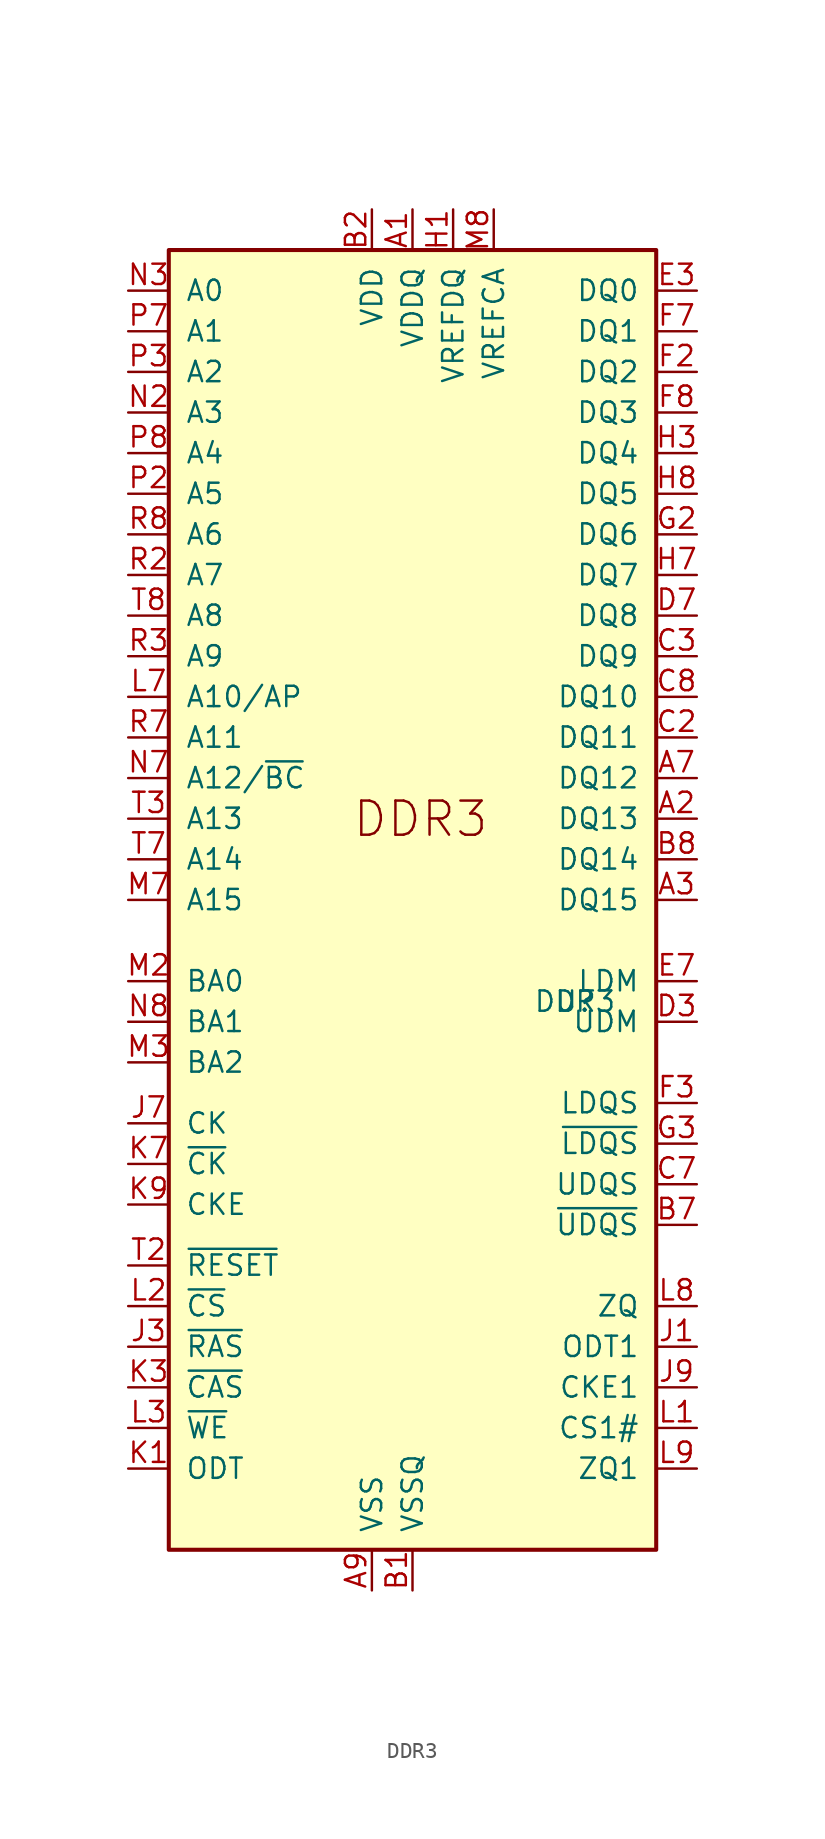
<source format=kicad_sym>
(kicad_symbol_lib
  (version 20201005)
  (generator kicad_symbol_editor)
  (symbol "DDR3"
    (pin_names
      (offset 1.016))
    (property "Reference" "U"
      (at 10.16 -11.43 0)
      (effects (font (size 1.27 1.27))))
    (property "Value" "DDR3"
      (at 10.16 -11.43 0)
      (effects (font (size 1.27 1.27))))
    (symbol "DDR3_1_1"
      (text "DDR3" (at -3.81 -1.27 0) (effects (font (size 2.134 2.134)) (justify left bottom)))
      (rectangle (start -15.24 -45.72) (end 15.24 35.56) (stroke (width 0.254)) (fill (type background)))
      (pin power_in line (at 0 38.1 270) (length 2.54) (name "VDDQ" (effects (font (size 1.27 1.27)))) (number "A1" (effects (font (size 1.27 1.27)))))
      (pin bidirectional line (at 17.78 0 180) (length 2.54) (name "DQ13" (effects (font (size 1.27 1.27)))) (number "A2" (effects (font (size 1.27 1.27)))))
      (pin bidirectional line (at 17.78 -5.08 180) (length 2.54) (name "DQ15" (effects (font (size 1.27 1.27)))) (number "A3" (effects (font (size 1.27 1.27)))))
      (pin bidirectional line (at 17.78 2.54 180) (length 2.54) (name "DQ12" (effects (font (size 1.27 1.27)))) (number "A7" (effects (font (size 1.27 1.27)))))
      (pin passive line (at 0 38.1 270) (length 2.54) hide (name "VDDQ" (effects (font (size 1.27 1.27)))) (number "A8" (effects (font (size 1.27 1.27)))))
      (pin power_in line (at -2.54 -48.26 90) (length 2.54) (name "VSS" (effects (font (size 1.27 1.27)))) (number "A9" (effects (font (size 1.27 1.27)))))
      (pin power_in line (at 0 -48.26 90) (length 2.54) (name "VSSQ" (effects (font (size 1.27 1.27)))) (number "B1" (effects (font (size 1.27 1.27)))))
      (pin power_in line (at -2.54 38.1 270) (length 2.54) (name "VDD" (effects (font (size 1.27 1.27)))) (number "B2" (effects (font (size 1.27 1.27)))))
      (pin passive line (at -2.54 -48.26 90) (length 2.54) hide (name "VSS" (effects (font (size 1.27 1.27)))) (number "B3" (effects (font (size 1.27 1.27)))))
      (pin bidirectional line (at 17.78 -25.4 180) (length 2.54) (name "~UDQS" (effects (font (size 1.27 1.27)))) (number "B7" (effects (font (size 1.27 1.27)))))
      (pin bidirectional line (at 17.78 -2.54 180) (length 2.54) (name "DQ14" (effects (font (size 1.27 1.27)))) (number "B8" (effects (font (size 1.27 1.27)))))
      (pin passive line (at 0 -48.26 90) (length 2.54) hide (name "VSSQ" (effects (font (size 1.27 1.27)))) (number "B9" (effects (font (size 1.27 1.27)))))
      (pin passive line (at 0 38.1 270) (length 2.54) hide (name "VDDQ" (effects (font (size 1.27 1.27)))) (number "C1" (effects (font (size 1.27 1.27)))))
      (pin bidirectional line (at 17.78 5.08 180) (length 2.54) (name "DQ11" (effects (font (size 1.27 1.27)))) (number "C2" (effects (font (size 1.27 1.27)))))
      (pin bidirectional line (at 17.78 10.16 180) (length 2.54) (name "DQ9" (effects (font (size 1.27 1.27)))) (number "C3" (effects (font (size 1.27 1.27)))))
      (pin bidirectional line (at 17.78 -22.86 180) (length 2.54) (name "UDQS" (effects (font (size 1.27 1.27)))) (number "C7" (effects (font (size 1.27 1.27)))))
      (pin bidirectional line (at 17.78 7.62 180) (length 2.54) (name "DQ10" (effects (font (size 1.27 1.27)))) (number "C8" (effects (font (size 1.27 1.27)))))
      (pin passive line (at 0 38.1 270) (length 2.54) hide (name "VDDQ" (effects (font (size 1.27 1.27)))) (number "C9" (effects (font (size 1.27 1.27)))))
      (pin passive line (at 0 -48.26 90) (length 2.54) hide (name "VSSQ" (effects (font (size 1.27 1.27)))) (number "D1" (effects (font (size 1.27 1.27)))))
      (pin passive line (at 0 38.1 270) (length 2.54) hide (name "VDDQ" (effects (font (size 1.27 1.27)))) (number "D2" (effects (font (size 1.27 1.27)))))
      (pin input line (at 17.78 -12.7 180) (length 2.54) (name "UDM" (effects (font (size 1.27 1.27)))) (number "D3" (effects (font (size 1.27 1.27)))))
      (pin bidirectional line (at 17.78 12.7 180) (length 2.54) (name "DQ8" (effects (font (size 1.27 1.27)))) (number "D7" (effects (font (size 1.27 1.27)))))
      (pin passive line (at 0 -48.26 90) (length 2.54) hide (name "VSSQ" (effects (font (size 1.27 1.27)))) (number "D8" (effects (font (size 1.27 1.27)))))
      (pin passive line (at -2.54 38.1 270) (length 2.54) hide (name "VDD" (effects (font (size 1.27 1.27)))) (number "D9" (effects (font (size 1.27 1.27)))))
      (pin passive line (at -2.54 -48.26 90) (length 2.54) hide (name "VSS" (effects (font (size 1.27 1.27)))) (number "E1" (effects (font (size 1.27 1.27)))))
      (pin passive line (at 0 -48.26 90) (length 2.54) hide (name "VSSQ" (effects (font (size 1.27 1.27)))) (number "E2" (effects (font (size 1.27 1.27)))))
      (pin bidirectional line (at 17.78 33.02 180) (length 2.54) (name "DQ0" (effects (font (size 1.27 1.27)))) (number "E3" (effects (font (size 1.27 1.27)))))
      (pin input line (at 17.78 -10.16 180) (length 2.54) (name "LDM" (effects (font (size 1.27 1.27)))) (number "E7" (effects (font (size 1.27 1.27)))))
      (pin passive line (at 0 -48.26 90) (length 2.54) hide (name "VSSQ" (effects (font (size 1.27 1.27)))) (number "E8" (effects (font (size 1.27 1.27)))))
      (pin passive line (at 0 38.1 270) (length 2.54) hide (name "VDDQ" (effects (font (size 1.27 1.27)))) (number "E9" (effects (font (size 1.27 1.27)))))
      (pin passive line (at 0 38.1 270) (length 2.54) hide (name "VDDQ" (effects (font (size 1.27 1.27)))) (number "F1" (effects (font (size 1.27 1.27)))))
      (pin bidirectional line (at 17.78 27.94 180) (length 2.54) (name "DQ2" (effects (font (size 1.27 1.27)))) (number "F2" (effects (font (size 1.27 1.27)))))
      (pin bidirectional line (at 17.78 -17.78 180) (length 2.54) (name "LDQS" (effects (font (size 1.27 1.27)))) (number "F3" (effects (font (size 1.27 1.27)))))
      (pin bidirectional line (at 17.78 30.48 180) (length 2.54) (name "DQ1" (effects (font (size 1.27 1.27)))) (number "F7" (effects (font (size 1.27 1.27)))))
      (pin bidirectional line (at 17.78 25.4 180) (length 2.54) (name "DQ3" (effects (font (size 1.27 1.27)))) (number "F8" (effects (font (size 1.27 1.27)))))
      (pin passive line (at 0 -48.26 90) (length 2.54) hide (name "VSSQ" (effects (font (size 1.27 1.27)))) (number "F9" (effects (font (size 1.27 1.27)))))
      (pin passive line (at 0 -48.26 90) (length 2.54) hide (name "VSSQ" (effects (font (size 1.27 1.27)))) (number "G1" (effects (font (size 1.27 1.27)))))
      (pin bidirectional line (at 17.78 17.78 180) (length 2.54) (name "DQ6" (effects (font (size 1.27 1.27)))) (number "G2" (effects (font (size 1.27 1.27)))))
      (pin bidirectional line (at 17.78 -20.32 180) (length 2.54) (name "~LDQS" (effects (font (size 1.27 1.27)))) (number "G3" (effects (font (size 1.27 1.27)))))
      (pin passive line (at -2.54 38.1 270) (length 2.54) hide (name "VDD" (effects (font (size 1.27 1.27)))) (number "G7" (effects (font (size 1.27 1.27)))))
      (pin passive line (at -2.54 -48.26 90) (length 2.54) hide (name "VSS" (effects (font (size 1.27 1.27)))) (number "G8" (effects (font (size 1.27 1.27)))))
      (pin passive line (at 0 -48.26 90) (length 2.54) hide (name "VSSQ" (effects (font (size 1.27 1.27)))) (number "G9" (effects (font (size 1.27 1.27)))))
      (pin power_in line (at 2.54 38.1 270) (length 2.54) (name "VREFDQ" (effects (font (size 1.27 1.27)))) (number "H1" (effects (font (size 1.27 1.27)))))
      (pin passive line (at 0 38.1 270) (length 2.54) hide (name "VDDQ" (effects (font (size 1.27 1.27)))) (number "H2" (effects (font (size 1.27 1.27)))))
      (pin bidirectional line (at 17.78 22.86 180) (length 2.54) (name "DQ4" (effects (font (size 1.27 1.27)))) (number "H3" (effects (font (size 1.27 1.27)))))
      (pin bidirectional line (at 17.78 15.24 180) (length 2.54) (name "DQ7" (effects (font (size 1.27 1.27)))) (number "H7" (effects (font (size 1.27 1.27)))))
      (pin bidirectional line (at 17.78 20.32 180) (length 2.54) (name "DQ5" (effects (font (size 1.27 1.27)))) (number "H8" (effects (font (size 1.27 1.27)))))
      (pin passive line (at 0 38.1 270) (length 2.54) hide (name "VDDQ" (effects (font (size 1.27 1.27)))) (number "H9" (effects (font (size 1.27 1.27)))))
      (pin input line (at 17.78 -33.02 180) (length 2.54) (name "ODT1" (effects (font (size 1.27 1.27)))) (number "J1" (effects (font (size 1.27 1.27)))))
      (pin passive line (at -2.54 -48.26 90) (length 2.54) hide (name "VSS" (effects (font (size 1.27 1.27)))) (number "J2" (effects (font (size 1.27 1.27)))))
      (pin input line (at -17.78 -33.02 0) (length 2.54) (name "~RAS" (effects (font (size 1.27 1.27)))) (number "J3" (effects (font (size 1.27 1.27)))))
      (pin input line (at -17.78 -19.05 0) (length 2.54) (name "CK" (effects (font (size 1.27 1.27)))) (number "J7" (effects (font (size 1.27 1.27)))))
      (pin passive line (at -2.54 -48.26 90) (length 2.54) hide (name "VSS" (effects (font (size 1.27 1.27)))) (number "J8" (effects (font (size 1.27 1.27)))))
      (pin input line (at 17.78 -35.56 180) (length 2.54) (name "CKE1" (effects (font (size 1.27 1.27)))) (number "J9" (effects (font (size 1.27 1.27)))))
      (pin input line (at -17.78 -40.64 0) (length 2.54) (name "ODT" (effects (font (size 1.27 1.27)))) (number "K1" (effects (font (size 1.27 1.27)))))
      (pin passive line (at -2.54 38.1 270) (length 2.54) hide (name "VDD" (effects (font (size 1.27 1.27)))) (number "K2" (effects (font (size 1.27 1.27)))))
      (pin input line (at -17.78 -35.56 0) (length 2.54) (name "~CAS" (effects (font (size 1.27 1.27)))) (number "K3" (effects (font (size 1.27 1.27)))))
      (pin input line (at -17.78 -21.59 0) (length 2.54) (name "~CK" (effects (font (size 1.27 1.27)))) (number "K7" (effects (font (size 1.27 1.27)))))
      (pin passive line (at -2.54 38.1 270) (length 2.54) hide (name "VDD" (effects (font (size 1.27 1.27)))) (number "K8" (effects (font (size 1.27 1.27)))))
      (pin input line (at -17.78 -24.13 0) (length 2.54) (name "CKE" (effects (font (size 1.27 1.27)))) (number "K9" (effects (font (size 1.27 1.27)))))
      (pin input line (at 17.78 -38.1 180) (length 2.54) (name "CS1#" (effects (font (size 1.27 1.27)))) (number "L1" (effects (font (size 1.27 1.27)))))
      (pin input line (at -17.78 -30.48 0) (length 2.54) (name "~CS" (effects (font (size 1.27 1.27)))) (number "L2" (effects (font (size 1.27 1.27)))))
      (pin input line (at -17.78 -38.1 0) (length 2.54) (name "~WE" (effects (font (size 1.27 1.27)))) (number "L3" (effects (font (size 1.27 1.27)))))
      (pin input line (at -17.78 7.62 0) (length 2.54) (name "A10/AP" (effects (font (size 1.27 1.27)))) (number "L7" (effects (font (size 1.27 1.27)))))
      (pin input line (at 17.78 -30.48 180) (length 2.54) (name "ZQ" (effects (font (size 1.27 1.27)))) (number "L8" (effects (font (size 1.27 1.27)))))
      (pin input line (at 17.78 -40.64 180) (length 2.54) (name "ZQ1" (effects (font (size 1.27 1.27)))) (number "L9" (effects (font (size 1.27 1.27)))))
      (pin passive line (at -2.54 -48.26 90) (length 2.54) hide (name "VSS" (effects (font (size 1.27 1.27)))) (number "M1" (effects (font (size 1.27 1.27)))))
      (pin input line (at -17.78 -10.16 0) (length 2.54) (name "BA0" (effects (font (size 1.27 1.27)))) (number "M2" (effects (font (size 1.27 1.27)))))
      (pin input line (at -17.78 -15.24 0) (length 2.54) (name "BA2" (effects (font (size 1.27 1.27)))) (number "M3" (effects (font (size 1.27 1.27)))))
      (pin input line (at -17.78 -5.08 0) (length 2.54) (name "A15" (effects (font (size 1.27 1.27)))) (number "M7" (effects (font (size 1.27 1.27)))))
      (pin power_in line (at 5.08 38.1 270) (length 2.54) (name "VREFCA" (effects (font (size 1.27 1.27)))) (number "M8" (effects (font (size 1.27 1.27)))))
      (pin passive line (at -2.54 -48.26 90) (length 2.54) hide (name "VSS" (effects (font (size 1.27 1.27)))) (number "M9" (effects (font (size 1.27 1.27)))))
      (pin passive line (at -2.54 38.1 270) (length 2.54) hide (name "VDD" (effects (font (size 1.27 1.27)))) (number "N1" (effects (font (size 1.27 1.27)))))
      (pin input line (at -17.78 25.4 0) (length 2.54) (name "A3" (effects (font (size 1.27 1.27)))) (number "N2" (effects (font (size 1.27 1.27)))))
      (pin input line (at -17.78 33.02 0) (length 2.54) (name "A0" (effects (font (size 1.27 1.27)))) (number "N3" (effects (font (size 1.27 1.27)))))
      (pin input line (at -17.78 2.54 0) (length 2.54) (name "A12/~BC" (effects (font (size 1.27 1.27)))) (number "N7" (effects (font (size 1.27 1.27)))))
      (pin input line (at -17.78 -12.7 0) (length 2.54) (name "BA1" (effects (font (size 1.27 1.27)))) (number "N8" (effects (font (size 1.27 1.27)))))
      (pin passive line (at -2.54 38.1 270) (length 2.54) hide (name "VDD" (effects (font (size 1.27 1.27)))) (number "N9" (effects (font (size 1.27 1.27)))))
      (pin passive line (at -2.54 -48.26 90) (length 2.54) hide (name "VSS" (effects (font (size 1.27 1.27)))) (number "P1" (effects (font (size 1.27 1.27)))))
      (pin input line (at -17.78 20.32 0) (length 2.54) (name "A5" (effects (font (size 1.27 1.27)))) (number "P2" (effects (font (size 1.27 1.27)))))
      (pin input line (at -17.78 27.94 0) (length 2.54) (name "A2" (effects (font (size 1.27 1.27)))) (number "P3" (effects (font (size 1.27 1.27)))))
      (pin input line (at -17.78 30.48 0) (length 2.54) (name "A1" (effects (font (size 1.27 1.27)))) (number "P7" (effects (font (size 1.27 1.27)))))
      (pin input line (at -17.78 22.86 0) (length 2.54) (name "A4" (effects (font (size 1.27 1.27)))) (number "P8" (effects (font (size 1.27 1.27)))))
      (pin passive line (at -2.54 -48.26 90) (length 2.54) hide (name "VSS" (effects (font (size 1.27 1.27)))) (number "P9" (effects (font (size 1.27 1.27)))))
      (pin passive line (at -2.54 38.1 270) (length 2.54) hide (name "VDD" (effects (font (size 1.27 1.27)))) (number "R1" (effects (font (size 1.27 1.27)))))
      (pin input line (at -17.78 15.24 0) (length 2.54) (name "A7" (effects (font (size 1.27 1.27)))) (number "R2" (effects (font (size 1.27 1.27)))))
      (pin input line (at -17.78 10.16 0) (length 2.54) (name "A9" (effects (font (size 1.27 1.27)))) (number "R3" (effects (font (size 1.27 1.27)))))
      (pin input line (at -17.78 5.08 0) (length 2.54) (name "A11" (effects (font (size 1.27 1.27)))) (number "R7" (effects (font (size 1.27 1.27)))))
      (pin input line (at -17.78 17.78 0) (length 2.54) (name "A6" (effects (font (size 1.27 1.27)))) (number "R8" (effects (font (size 1.27 1.27)))))
      (pin passive line (at -2.54 38.1 270) (length 2.54) hide (name "VDD" (effects (font (size 1.27 1.27)))) (number "R9" (effects (font (size 1.27 1.27)))))
      (pin passive line (at -2.54 -48.26 90) (length 2.54) hide (name "VSS" (effects (font (size 1.27 1.27)))) (number "T1" (effects (font (size 1.27 1.27)))))
      (pin input line (at -17.78 -27.94 0) (length 2.54) (name "~RESET" (effects (font (size 1.27 1.27)))) (number "T2" (effects (font (size 1.27 1.27)))))
      (pin input line (at -17.78 0 0) (length 2.54) (name "A13" (effects (font (size 1.27 1.27)))) (number "T3" (effects (font (size 1.27 1.27)))))
      (pin input line (at -17.78 -2.54 0) (length 2.54) (name "A14" (effects (font (size 1.27 1.27)))) (number "T7" (effects (font (size 1.27 1.27)))))
      (pin input line (at -17.78 12.7 0) (length 2.54) (name "A8" (effects (font (size 1.27 1.27)))) (number "T8" (effects (font (size 1.27 1.27)))))
      (pin passive line (at -2.54 -48.26 90) (length 2.54) hide (name "VSS" (effects (font (size 1.27 1.27)))) (number "T9" (effects (font (size 1.27 1.27))))))))
</source>
